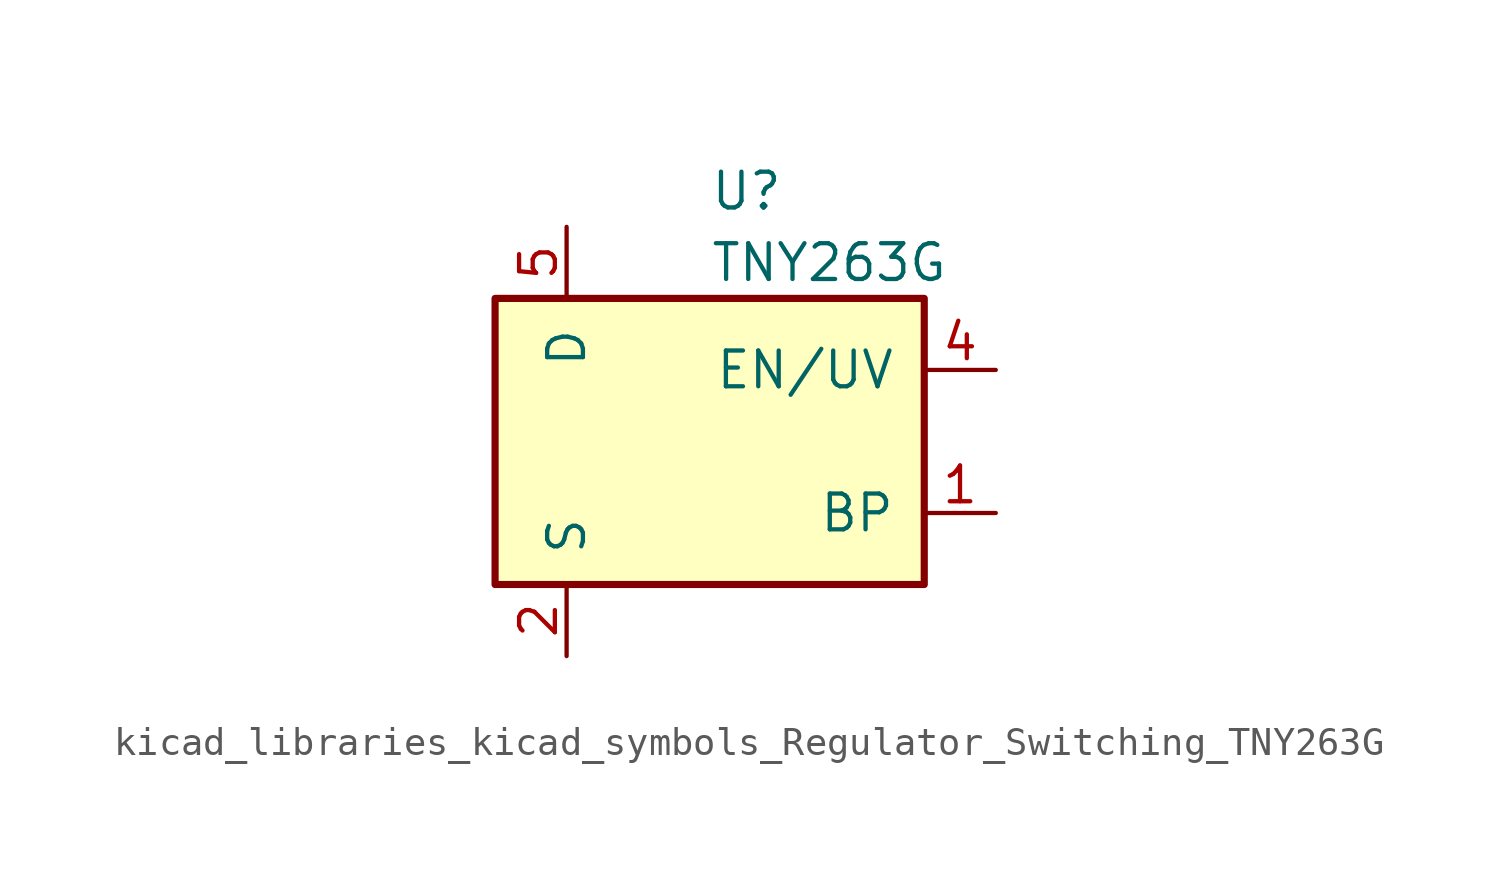
<source format=kicad_sym>
(kicad_symbol_lib
  (version 20220914)
  (generator kicad_symbol_editor)
  (symbol "kicad_libraries_kicad_symbols_Regulator_Switching_TNY263G"
    (pin_names
      (offset 1.016))
    (property "Reference" "U"
      (at 0 8.89 0)
      (effects (font (size 1.27 1.27)) (justify left)))
    (property "Value" "TNY263G"
      (at 0 6.35 0)
      (effects (font (size 1.27 1.27)) (justify left)))
    (symbol "kicad_libraries_kicad_symbols_Regulator_Switching_TNY263G_0_1"
      (rectangle (start -7.62 5.08) (end 7.62 -5.08) (stroke (width 0.254) (type default)) (fill (type background))))
    (symbol "kicad_libraries_kicad_symbols_Regulator_Switching_TNY263G_1_1"
      (pin input line (at 10.16 -2.54 180) (length 2.54) (name "BP" (effects (font (size 1.27 1.27)))) (number "1" (effects (font (size 1.27 1.27)))))
      (pin power_in line (at -5.08 -7.62 90) (length 2.54) (name "S" (effects (font (size 1.27 1.27)))) (number "2" (effects (font (size 1.27 1.27)))))
      (pin passive line (at -5.08 -7.62 90) (length 2.54) hide (name "S" (effects (font (size 1.27 1.27)))) (number "3" (effects (font (size 1.27 1.27)))))
      (pin input line (at 10.16 2.54 180) (length 2.54) (name "EN/UV" (effects (font (size 1.27 1.27)))) (number "4" (effects (font (size 1.27 1.27)))))
      (pin open_collector line (at -5.08 7.62 270) (length 2.54) (name "D" (effects (font (size 1.27 1.27)))) (number "5" (effects (font (size 1.27 1.27)))))
      (pin passive line (at -5.08 -7.62 90) (length 2.54) hide (name "S" (effects (font (size 1.27 1.27)))) (number "7" (effects (font (size 1.27 1.27)))))
      (pin passive line (at -5.08 -7.62 90) (length 2.54) hide (name "S" (effects (font (size 1.27 1.27)))) (number "8" (effects (font (size 1.27 1.27))))))))
</source>
